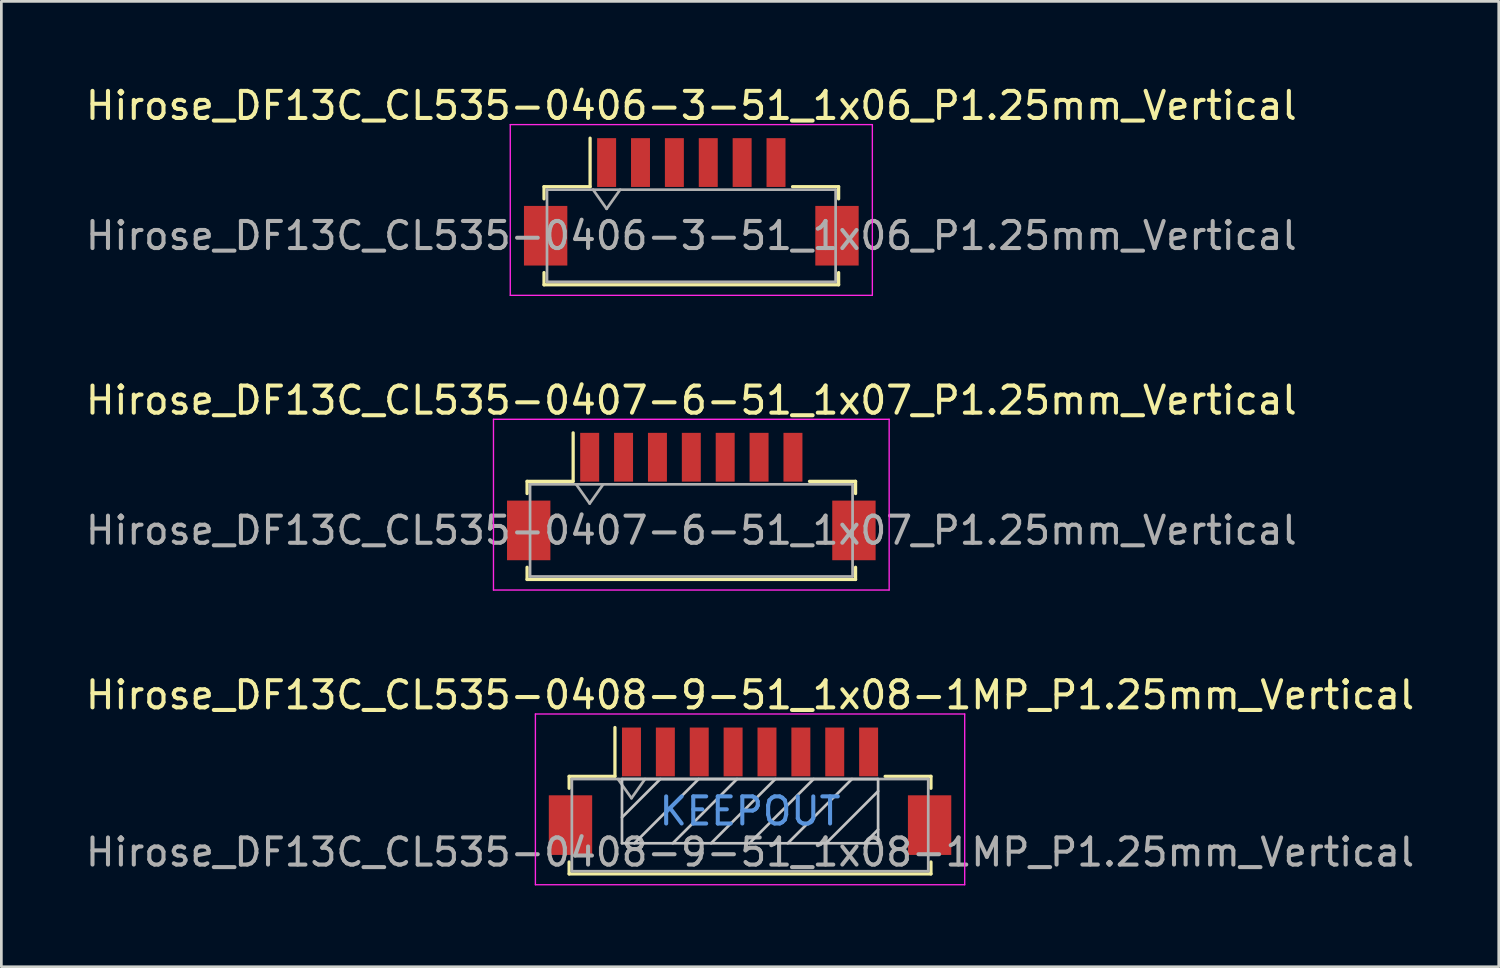
<source format=kicad_pcb>
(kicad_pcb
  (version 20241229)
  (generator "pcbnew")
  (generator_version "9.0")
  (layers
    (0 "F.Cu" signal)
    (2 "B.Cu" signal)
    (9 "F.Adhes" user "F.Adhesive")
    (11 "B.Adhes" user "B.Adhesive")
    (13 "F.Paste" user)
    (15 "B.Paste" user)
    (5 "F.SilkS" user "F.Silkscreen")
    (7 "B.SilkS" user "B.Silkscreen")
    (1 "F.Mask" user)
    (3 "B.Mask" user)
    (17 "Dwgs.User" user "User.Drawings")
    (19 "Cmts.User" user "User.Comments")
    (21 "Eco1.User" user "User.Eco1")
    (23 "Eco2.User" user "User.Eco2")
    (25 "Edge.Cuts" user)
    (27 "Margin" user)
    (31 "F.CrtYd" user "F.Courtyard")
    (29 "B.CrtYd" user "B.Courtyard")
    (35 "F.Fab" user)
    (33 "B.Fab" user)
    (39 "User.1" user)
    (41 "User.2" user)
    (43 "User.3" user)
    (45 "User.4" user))
  (footprint "Hirose_DF13C_CL535-0406-3-51_1x06_P1.25mm_Vertical"
    (layer "F.Cu")
    (at 22.458 4.398)
    (property "Reference" "Hirose_DF13C_CL535-0406-3-51_1x06_P1.25mm_Vertical" (at 0 -3.55 0) (layer "F.SilkS") (effects (font (size 1 1) (thickness 0.15))))
    (attr smd)
    (fp_line (start -5.435 -0.56) (end -3.735 -0.56) (stroke (width 0.12) (type solid)) (layer "F.SilkS"))
    (fp_line (start -5.435 -0.11) (end -5.435 -0.56) (stroke (width 0.12) (type solid)) (layer "F.SilkS"))
    (fp_line (start -5.435 2.61) (end -5.435 3.06) (stroke (width 0.12) (type solid)) (layer "F.SilkS"))
    (fp_line (start -5.435 3.06) (end 5.435 3.06) (stroke (width 0.12) (type solid)) (layer "F.SilkS"))
    (fp_line (start -3.735 -0.56) (end -3.735 -2.35) (stroke (width 0.12) (type solid)) (layer "F.SilkS"))
    (fp_line (start 5.435 -0.56) (end 3.735 -0.56) (stroke (width 0.12) (type solid)) (layer "F.SilkS"))
    (fp_line (start 5.435 -0.11) (end 5.435 -0.56) (stroke (width 0.12) (type solid)) (layer "F.SilkS"))
    (fp_line (start 5.435 3.06) (end 5.435 2.61) (stroke (width 0.12) (type solid)) (layer "F.SilkS"))
    (fp_line (start -6.68 -2.85) (end -6.68 3.45) (stroke (width 0.05) (type solid)) (layer "F.CrtYd"))
    (fp_line (start -6.68 3.45) (end 6.68 3.45) (stroke (width 0.05) (type solid)) (layer "F.CrtYd"))
    (fp_line (start 6.68 -2.85) (end -6.68 -2.85) (stroke (width 0.05) (type solid)) (layer "F.CrtYd"))
    (fp_line (start 6.68 3.45) (end 6.68 -2.85) (stroke (width 0.05) (type solid)) (layer "F.CrtYd"))
    (fp_line (start -5.325 -0.45) (end -5.325 2.95) (stroke (width 0.1) (type solid)) (layer "F.Fab"))
    (fp_line (start -5.325 -0.45) (end 5.325 -0.45) (stroke (width 0.1) (type solid)) (layer "F.Fab"))
    (fp_line (start -5.325 2.95) (end 5.325 2.95) (stroke (width 0.1) (type solid)) (layer "F.Fab"))
    (fp_line (start -3.625 -0.45) (end -3.125 0.257) (stroke (width 0.1) (type solid)) (layer "F.Fab"))
    (fp_line (start -3.125 0.257) (end -2.625 -0.45) (stroke (width 0.1) (type solid)) (layer "F.Fab"))
    (fp_line (start 5.325 -0.45) (end 5.325 2.95) (stroke (width 0.1) (type solid)) (layer "F.Fab"))
    (fp_text user "${REFERENCE}" (at 0 1.25 0) (layer "F.Fab") (effects (font (size 1 1) (thickness 0.15))))
    (pad "" smd rect (at -5.375 1.25) (size 1.6 2.2) (layers "F.Cu" "F.Mask" "F.Paste"))
    (pad "" smd rect (at 5.375 1.25) (size 1.6 2.2) (layers "F.Cu" "F.Mask" "F.Paste"))
    (pad "1" smd rect (at -3.125 -1.45) (size 0.7 1.8) (layers "F.Cu" "F.Mask" "F.Paste"))
    (pad "2" smd rect (at -1.875 -1.45) (size 0.7 1.8) (layers "F.Cu" "F.Mask" "F.Paste"))
    (pad "3" smd rect (at -0.625 -1.45) (size 0.7 1.8) (layers "F.Cu" "F.Mask" "F.Paste"))
    (pad "4" smd rect (at 0.625 -1.45) (size 0.7 1.8) (layers "F.Cu" "F.Mask" "F.Paste"))
    (pad "5" smd rect (at 1.875 -1.45) (size 0.7 1.8) (layers "F.Cu" "F.Mask" "F.Paste"))
    (pad "6" smd rect (at 3.125 -1.45) (size 0.7 1.8) (layers "F.Cu" "F.Mask" "F.Paste")))
  (footprint "Hirose_DF13C_CL535-0407-6-51_1x07_P1.25mm_Vertical"
    (layer "F.Cu")
    (at 22.458 15.271)
    (property "Reference" "Hirose_DF13C_CL535-0407-6-51_1x07_P1.25mm_Vertical" (at 0 -3.55 0) (layer "F.SilkS") (effects (font (size 1 1) (thickness 0.15))))
    (attr smd)
    (fp_line (start -6.06 -0.56) (end -4.36 -0.56) (stroke (width 0.12) (type solid)) (layer "F.SilkS"))
    (fp_line (start -6.06 -0.11) (end -6.06 -0.56) (stroke (width 0.12) (type solid)) (layer "F.SilkS"))
    (fp_line (start -6.06 2.61) (end -6.06 3.06) (stroke (width 0.12) (type solid)) (layer "F.SilkS"))
    (fp_line (start -6.06 3.06) (end 6.06 3.06) (stroke (width 0.12) (type solid)) (layer "F.SilkS"))
    (fp_line (start -4.36 -0.56) (end -4.36 -2.35) (stroke (width 0.12) (type solid)) (layer "F.SilkS"))
    (fp_line (start 6.06 -0.56) (end 4.36 -0.56) (stroke (width 0.12) (type solid)) (layer "F.SilkS"))
    (fp_line (start 6.06 -0.11) (end 6.06 -0.56) (stroke (width 0.12) (type solid)) (layer "F.SilkS"))
    (fp_line (start 6.06 3.06) (end 6.06 2.61) (stroke (width 0.12) (type solid)) (layer "F.SilkS"))
    (fp_line (start -7.3 -2.85) (end -7.3 3.45) (stroke (width 0.05) (type solid)) (layer "F.CrtYd"))
    (fp_line (start -7.3 3.45) (end 7.3 3.45) (stroke (width 0.05) (type solid)) (layer "F.CrtYd"))
    (fp_line (start 7.3 -2.85) (end -7.3 -2.85) (stroke (width 0.05) (type solid)) (layer "F.CrtYd"))
    (fp_line (start 7.3 3.45) (end 7.3 -2.85) (stroke (width 0.05) (type solid)) (layer "F.CrtYd"))
    (fp_line (start -5.95 -0.45) (end -5.95 2.95) (stroke (width 0.1) (type solid)) (layer "F.Fab"))
    (fp_line (start -5.95 -0.45) (end 5.95 -0.45) (stroke (width 0.1) (type solid)) (layer "F.Fab"))
    (fp_line (start -5.95 2.95) (end 5.95 2.95) (stroke (width 0.1) (type solid)) (layer "F.Fab"))
    (fp_line (start -4.25 -0.45) (end -3.75 0.257) (stroke (width 0.1) (type solid)) (layer "F.Fab"))
    (fp_line (start -3.75 0.257) (end -3.25 -0.45) (stroke (width 0.1) (type solid)) (layer "F.Fab"))
    (fp_line (start 5.95 -0.45) (end 5.95 2.95) (stroke (width 0.1) (type solid)) (layer "F.Fab"))
    (fp_text user "${REFERENCE}" (at 0 1.25 0) (layer "F.Fab") (effects (font (size 1 1) (thickness 0.15))))
    (pad "" smd rect (at -6 1.25) (size 1.6 2.2) (layers "F.Cu" "F.Mask" "F.Paste"))
    (pad "" smd rect (at 6 1.25) (size 1.6 2.2) (layers "F.Cu" "F.Mask" "F.Paste"))
    (pad "1" smd rect (at -3.75 -1.45) (size 0.7 1.8) (layers "F.Cu" "F.Mask" "F.Paste"))
    (pad "2" smd rect (at -2.5 -1.45) (size 0.7 1.8) (layers "F.Cu" "F.Mask" "F.Paste"))
    (pad "3" smd rect (at -1.25 -1.45) (size 0.7 1.8) (layers "F.Cu" "F.Mask" "F.Paste"))
    (pad "4" smd rect (at 0 -1.45) (size 0.7 1.8) (layers "F.Cu" "F.Mask" "F.Paste"))
    (pad "5" smd rect (at 1.25 -1.45) (size 0.7 1.8) (layers "F.Cu" "F.Mask" "F.Paste"))
    (pad "6" smd rect (at 2.5 -1.45) (size 0.7 1.8) (layers "F.Cu" "F.Mask" "F.Paste"))
    (pad "7" smd rect (at 3.75 -1.45) (size 0.7 1.8) (layers "F.Cu" "F.Mask" "F.Paste")))
  (footprint "Hirose_DF13C_CL535-0408-9-51_1x08-1MP_P1.25mm_Vertical"
    (layer "F.Cu")
    (at 24.625 26.145)
    (property "Reference" "Hirose_DF13C_CL535-0408-9-51_1x08-1MP_P1.25mm_Vertical" (at 0 -3.55 0) (layer "F.SilkS") (effects (font (size 1 1) (thickness 0.15))))
    (attr smd)
    (fp_line (start -6.675 -0.55) (end -6.675 -0.11) (stroke (width 0.12) (type solid)) (layer "F.SilkS"))
    (fp_line (start -6.675 2.61) (end -6.675 3.05) (stroke (width 0.12) (type solid)) (layer "F.SilkS"))
    (fp_line (start -6.675 3.05) (end 6.675 3.05) (stroke (width 0.12) (type solid)) (layer "F.SilkS"))
    (fp_line (start -4.985 -0.55) (end -6.675 -0.55) (stroke (width 0.12) (type solid)) (layer "F.SilkS"))
    (fp_line (start -4.985 -0.55) (end -4.985 -2.35) (stroke (width 0.12) (type solid)) (layer "F.SilkS"))
    (fp_line (start 4.985 -0.55) (end 6.675 -0.55) (stroke (width 0.12) (type solid)) (layer "F.SilkS"))
    (fp_line (start 6.675 -0.55) (end 6.675 -0.11) (stroke (width 0.12) (type solid)) (layer "F.SilkS"))
    (fp_line (start 6.675 3.05) (end 6.675 2.61) (stroke (width 0.12) (type solid)) (layer "F.SilkS"))
    (fp_line (start -4.725 -0.45) (end -4.725 1.92) (stroke (width 0.1) (type solid)) (layer "Dwgs.User"))
    (fp_line (start -4.725 1.92) (end 4.725 1.92) (stroke (width 0.1) (type solid)) (layer "Dwgs.User"))
    (fp_line (start -3.311 -0.45) (end -4.725 0.964) (stroke (width 0.1) (type solid)) (layer "Dwgs.User"))
    (fp_line (start -1.897 -0.45) (end -4.267 1.92) (stroke (width 0.1) (type solid)) (layer "Dwgs.User"))
    (fp_line (start -0.482 -0.45) (end -2.852 1.92) (stroke (width 0.1) (type solid)) (layer "Dwgs.User"))
    (fp_line (start 0.932 -0.45) (end -1.438 1.92) (stroke (width 0.1) (type solid)) (layer "Dwgs.User"))
    (fp_line (start 2.346 -0.45) (end -0.024 1.92) (stroke (width 0.1) (type solid)) (layer "Dwgs.User"))
    (fp_line (start 3.76 -0.45) (end 1.39 1.92) (stroke (width 0.1) (type solid)) (layer "Dwgs.User"))
    (fp_line (start 4.725 -0.45) (end -4.725 -0.45) (stroke (width 0.1) (type solid)) (layer "Dwgs.User"))
    (fp_line (start 4.725 -0.001) (end 2.804 1.92) (stroke (width 0.1) (type solid)) (layer "Dwgs.User"))
    (fp_line (start 4.725 1.414) (end 4.219 1.92) (stroke (width 0.1) (type solid)) (layer "Dwgs.User"))
    (fp_line (start 4.725 1.92) (end 4.725 -0.45) (stroke (width 0.1) (type solid)) (layer "Dwgs.User"))
    (fp_line (start -7.92 -2.85) (end -7.92 3.45) (stroke (width 0.05) (type solid)) (layer "F.CrtYd"))
    (fp_line (start -7.92 3.45) (end 7.92 3.45) (stroke (width 0.05) (type solid)) (layer "F.CrtYd"))
    (fp_line (start 7.92 -2.85) (end -7.92 -2.85) (stroke (width 0.05) (type solid)) (layer "F.CrtYd"))
    (fp_line (start 7.92 3.45) (end 7.92 -2.85) (stroke (width 0.05) (type solid)) (layer "F.CrtYd"))
    (fp_line (start -6.575 -0.45) (end -6.575 2.95) (stroke (width 0.1) (type solid)) (layer "F.Fab"))
    (fp_line (start -6.575 2.95) (end 6.575 2.95) (stroke (width 0.1) (type solid)) (layer "F.Fab"))
    (fp_line (start -4.875 -0.45) (end -4.375 0.257) (stroke (width 0.1) (type solid)) (layer "F.Fab"))
    (fp_line (start -4.375 0.257) (end -3.875 -0.45) (stroke (width 0.1) (type solid)) (layer "F.Fab"))
    (fp_line (start 6.575 -0.45) (end -6.575 -0.45) (stroke (width 0.1) (type solid)) (layer "F.Fab"))
    (fp_line (start 6.575 2.95) (end 6.575 -0.45) (stroke (width 0.1) (type solid)) (layer "F.Fab"))
    (fp_text user "KEEPOUT" (at 0 0.735 0) (layer "Cmts.User") (effects (font (size 1 1) (thickness 0.15))))
    (fp_text user "${REFERENCE}" (at 0 2.25 0) (layer "F.Fab") (effects (font (size 1 1) (thickness 0.15))))
    (pad "1" smd rect (at -4.375 -1.45) (size 0.7 1.8) (layers "F.Cu" "F.Mask" "F.Paste"))
    (pad "2" smd rect (at -3.125 -1.45) (size 0.7 1.8) (layers "F.Cu" "F.Mask" "F.Paste"))
    (pad "3" smd rect (at -1.875 -1.45) (size 0.7 1.8) (layers "F.Cu" "F.Mask" "F.Paste"))
    (pad "4" smd rect (at -0.625 -1.45) (size 0.7 1.8) (layers "F.Cu" "F.Mask" "F.Paste"))
    (pad "5" smd rect (at 0.625 -1.45) (size 0.7 1.8) (layers "F.Cu" "F.Mask" "F.Paste"))
    (pad "6" smd rect (at 1.875 -1.45) (size 0.7 1.8) (layers "F.Cu" "F.Mask" "F.Paste"))
    (pad "7" smd rect (at 3.125 -1.45) (size 0.7 1.8) (layers "F.Cu" "F.Mask" "F.Paste"))
    (pad "8" smd rect (at 4.375 -1.45) (size 0.7 1.8) (layers "F.Cu" "F.Mask" "F.Paste"))
    (pad "MP" smd rect (at -6.625 1.25) (size 1.6 2.2) (layers "F.Cu" "F.Mask" "F.Paste"))
    (pad "MP" smd rect (at 6.625 1.25) (size 1.6 2.2) (layers "F.Cu" "F.Mask" "F.Paste")))
  (gr_rect
    (start -3 -3)
    (end 52.25 32.62)
    (stroke (width 0.1) (type default))
    (fill no)
    (layer "Edge.Cuts")))
</source>
